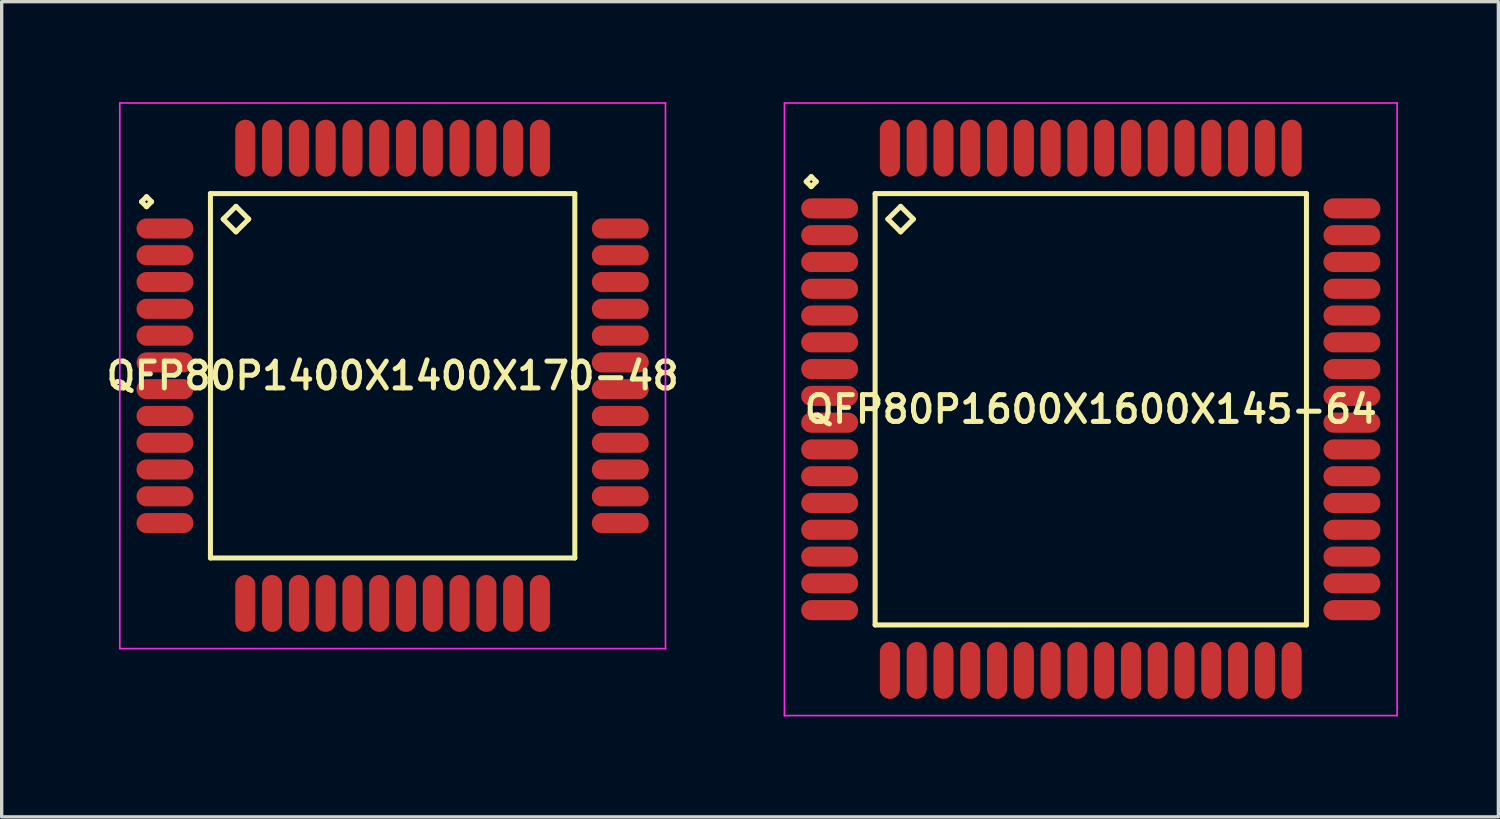
<source format=kicad_pcb>
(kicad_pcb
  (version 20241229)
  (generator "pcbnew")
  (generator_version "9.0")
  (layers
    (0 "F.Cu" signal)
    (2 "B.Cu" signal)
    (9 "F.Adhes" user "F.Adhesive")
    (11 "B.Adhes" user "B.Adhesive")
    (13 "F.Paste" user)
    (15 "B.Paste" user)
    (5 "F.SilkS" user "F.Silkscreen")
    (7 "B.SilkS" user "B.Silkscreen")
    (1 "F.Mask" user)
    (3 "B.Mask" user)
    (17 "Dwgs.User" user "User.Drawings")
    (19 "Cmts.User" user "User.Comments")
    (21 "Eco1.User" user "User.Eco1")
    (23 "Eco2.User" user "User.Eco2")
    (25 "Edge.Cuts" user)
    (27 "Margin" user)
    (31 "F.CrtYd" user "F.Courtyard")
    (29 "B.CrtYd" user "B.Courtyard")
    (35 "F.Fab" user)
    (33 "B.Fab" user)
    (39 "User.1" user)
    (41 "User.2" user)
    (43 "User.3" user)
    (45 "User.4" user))
  (footprint "QFP80P1400X1400X170-48"
    (layer "F.Cu")
    (at 8.678 8.175)
    (property "Reference" "QFP80P1400X1400X170-48" (at 0 0 0) (layer "F.SilkS") (effects (font (size 0.8 0.8) (thickness 0.15))))
    (attr smd)
    (fp_line (start -7.5 -5.2) (end -7.35 -5.35) (stroke (width 0.15) (type solid)) (layer "F.SilkS"))
    (fp_line (start -7.35 -5.35) (end -7.2 -5.2) (stroke (width 0.15) (type solid)) (layer "F.SilkS"))
    (fp_line (start -7.35 -5.05) (end -7.5 -5.2) (stroke (width 0.15) (type solid)) (layer "F.SilkS"))
    (fp_line (start -7.2 -5.2) (end -7.35 -5.05) (stroke (width 0.15) (type solid)) (layer "F.SilkS"))
    (fp_line (start -5.442 -5.442) (end -5.442 5.442) (stroke (width 0.15) (type solid)) (layer "F.SilkS"))
    (fp_line (start -5.442 5.442) (end 5.442 5.442) (stroke (width 0.15) (type solid)) (layer "F.SilkS"))
    (fp_line (start -5.061 -4.68) (end -4.68 -5.061) (stroke (width 0.15) (type solid)) (layer "F.SilkS"))
    (fp_line (start -4.68 -5.061) (end -4.299 -4.68) (stroke (width 0.15) (type solid)) (layer "F.SilkS"))
    (fp_line (start -4.68 -4.299) (end -5.061 -4.68) (stroke (width 0.15) (type solid)) (layer "F.SilkS"))
    (fp_line (start -4.299 -4.68) (end -4.68 -4.299) (stroke (width 0.15) (type solid)) (layer "F.SilkS"))
    (fp_line (start 5.442 -5.442) (end -5.442 -5.442) (stroke (width 0.15) (type solid)) (layer "F.SilkS"))
    (fp_line (start 5.442 5.442) (end 5.442 -5.442) (stroke (width 0.15) (type solid)) (layer "F.SilkS"))
    (fp_line (start -8.15 -8.15) (end 8.15 -8.15) (stroke (width 0.05) (type solid)) (layer "F.CrtYd"))
    (fp_line (start -8.15 8.15) (end -8.15 -8.15) (stroke (width 0.05) (type solid)) (layer "F.CrtYd"))
    (fp_line (start 8.15 -8.15) (end 8.15 8.15) (stroke (width 0.05) (type solid)) (layer "F.CrtYd"))
    (fp_line (start 8.15 8.15) (end -8.15 8.15) (stroke (width 0.05) (type solid)) (layer "F.CrtYd"))
    (pad "1" smd oval (at -6.8 -4.4) (size 1.7 0.6) (layers "F.Cu" "F.Mask" "F.Paste"))
    (pad "2" smd oval (at -6.8 -3.6) (size 1.7 0.6) (layers "F.Cu" "F.Mask" "F.Paste"))
    (pad "3" smd oval (at -6.8 -2.8) (size 1.7 0.6) (layers "F.Cu" "F.Mask" "F.Paste"))
    (pad "4" smd oval (at -6.8 -2) (size 1.7 0.6) (layers "F.Cu" "F.Mask" "F.Paste"))
    (pad "5" smd oval (at -6.8 -1.2) (size 1.7 0.6) (layers "F.Cu" "F.Mask" "F.Paste"))
    (pad "6" smd oval (at -6.8 -0.4) (size 1.7 0.6) (layers "F.Cu" "F.Mask" "F.Paste"))
    (pad "7" smd oval (at -6.8 0.4) (size 1.7 0.6) (layers "F.Cu" "F.Mask" "F.Paste"))
    (pad "8" smd oval (at -6.8 1.2) (size 1.7 0.6) (layers "F.Cu" "F.Mask" "F.Paste"))
    (pad "9" smd oval (at -6.8 2) (size 1.7 0.6) (layers "F.Cu" "F.Mask" "F.Paste"))
    (pad "10" smd oval (at -6.8 2.8) (size 1.7 0.6) (layers "F.Cu" "F.Mask" "F.Paste"))
    (pad "11" smd oval (at -6.8 3.6) (size 1.7 0.6) (layers "F.Cu" "F.Mask" "F.Paste"))
    (pad "12" smd oval (at -6.8 4.4) (size 1.7 0.6) (layers "F.Cu" "F.Mask" "F.Paste"))
    (pad "13" smd oval (at -4.4 6.8) (size 0.6 1.7) (layers "F.Cu" "F.Mask" "F.Paste"))
    (pad "14" smd oval (at -3.6 6.8) (size 0.6 1.7) (layers "F.Cu" "F.Mask" "F.Paste"))
    (pad "15" smd oval (at -2.8 6.8) (size 0.6 1.7) (layers "F.Cu" "F.Mask" "F.Paste"))
    (pad "16" smd oval (at -2 6.8) (size 0.6 1.7) (layers "F.Cu" "F.Mask" "F.Paste"))
    (pad "17" smd oval (at -1.2 6.8) (size 0.6 1.7) (layers "F.Cu" "F.Mask" "F.Paste"))
    (pad "18" smd oval (at -0.4 6.8) (size 0.6 1.7) (layers "F.Cu" "F.Mask" "F.Paste"))
    (pad "19" smd oval (at 0.4 6.8) (size 0.6 1.7) (layers "F.Cu" "F.Mask" "F.Paste"))
    (pad "20" smd oval (at 1.2 6.8) (size 0.6 1.7) (layers "F.Cu" "F.Mask" "F.Paste"))
    (pad "21" smd oval (at 2 6.8) (size 0.6 1.7) (layers "F.Cu" "F.Mask" "F.Paste"))
    (pad "22" smd oval (at 2.8 6.8) (size 0.6 1.7) (layers "F.Cu" "F.Mask" "F.Paste"))
    (pad "23" smd oval (at 3.6 6.8) (size 0.6 1.7) (layers "F.Cu" "F.Mask" "F.Paste"))
    (pad "24" smd oval (at 4.4 6.8) (size 0.6 1.7) (layers "F.Cu" "F.Mask" "F.Paste"))
    (pad "25" smd oval (at 6.8 4.4) (size 1.7 0.6) (layers "F.Cu" "F.Mask" "F.Paste"))
    (pad "26" smd oval (at 6.8 3.6) (size 1.7 0.6) (layers "F.Cu" "F.Mask" "F.Paste"))
    (pad "27" smd oval (at 6.8 2.8) (size 1.7 0.6) (layers "F.Cu" "F.Mask" "F.Paste"))
    (pad "28" smd oval (at 6.8 2) (size 1.7 0.6) (layers "F.Cu" "F.Mask" "F.Paste"))
    (pad "29" smd oval (at 6.8 1.2) (size 1.7 0.6) (layers "F.Cu" "F.Mask" "F.Paste"))
    (pad "30" smd oval (at 6.8 0.4) (size 1.7 0.6) (layers "F.Cu" "F.Mask" "F.Paste"))
    (pad "31" smd oval (at 6.8 -0.4) (size 1.7 0.6) (layers "F.Cu" "F.Mask" "F.Paste"))
    (pad "32" smd oval (at 6.8 -1.2) (size 1.7 0.6) (layers "F.Cu" "F.Mask" "F.Paste"))
    (pad "33" smd oval (at 6.8 -2) (size 1.7 0.6) (layers "F.Cu" "F.Mask" "F.Paste"))
    (pad "34" smd oval (at 6.8 -2.8) (size 1.7 0.6) (layers "F.Cu" "F.Mask" "F.Paste"))
    (pad "35" smd oval (at 6.8 -3.6) (size 1.7 0.6) (layers "F.Cu" "F.Mask" "F.Paste"))
    (pad "36" smd oval (at 6.8 -4.4) (size 1.7 0.6) (layers "F.Cu" "F.Mask" "F.Paste"))
    (pad "37" smd oval (at 4.4 -6.8) (size 0.6 1.7) (layers "F.Cu" "F.Mask" "F.Paste"))
    (pad "38" smd oval (at 3.6 -6.8) (size 0.6 1.7) (layers "F.Cu" "F.Mask" "F.Paste"))
    (pad "39" smd oval (at 2.8 -6.8) (size 0.6 1.7) (layers "F.Cu" "F.Mask" "F.Paste"))
    (pad "40" smd oval (at 2 -6.8) (size 0.6 1.7) (layers "F.Cu" "F.Mask" "F.Paste"))
    (pad "41" smd oval (at 1.2 -6.8) (size 0.6 1.7) (layers "F.Cu" "F.Mask" "F.Paste"))
    (pad "42" smd oval (at 0.4 -6.8) (size 0.6 1.7) (layers "F.Cu" "F.Mask" "F.Paste"))
    (pad "43" smd oval (at -0.4 -6.8) (size 0.6 1.7) (layers "F.Cu" "F.Mask" "F.Paste"))
    (pad "44" smd oval (at -1.2 -6.8) (size 0.6 1.7) (layers "F.Cu" "F.Mask" "F.Paste"))
    (pad "45" smd oval (at -2 -6.8) (size 0.6 1.7) (layers "F.Cu" "F.Mask" "F.Paste"))
    (pad "46" smd oval (at -2.8 -6.8) (size 0.6 1.7) (layers "F.Cu" "F.Mask" "F.Paste"))
    (pad "47" smd oval (at -3.6 -6.8) (size 0.6 1.7) (layers "F.Cu" "F.Mask" "F.Paste"))
    (pad "48" smd oval (at -4.4 -6.8) (size 0.6 1.7) (layers "F.Cu" "F.Mask" "F.Paste")))
  (footprint "QFP80P1600X1600X145-64"
    (layer "F.Cu")
    (at 29.532 9.175)
    (property "Reference" "QFP80P1600X1600X145-64" (at 0 0 0) (layer "F.SilkS") (effects (font (size 0.8 0.8) (thickness 0.15))))
    (attr smd)
    (fp_line (start -8.5 -6.8) (end -8.35 -6.95) (stroke (width 0.15) (type solid)) (layer "F.SilkS"))
    (fp_line (start -8.35 -6.95) (end -8.2 -6.8) (stroke (width 0.15) (type solid)) (layer "F.SilkS"))
    (fp_line (start -8.35 -6.65) (end -8.5 -6.8) (stroke (width 0.15) (type solid)) (layer "F.SilkS"))
    (fp_line (start -8.2 -6.8) (end -8.35 -6.65) (stroke (width 0.15) (type solid)) (layer "F.SilkS"))
    (fp_line (start -6.442 -6.442) (end -6.442 6.442) (stroke (width 0.15) (type solid)) (layer "F.SilkS"))
    (fp_line (start -6.442 6.442) (end 6.442 6.442) (stroke (width 0.15) (type solid)) (layer "F.SilkS"))
    (fp_line (start -6.061 -5.68) (end -5.68 -6.061) (stroke (width 0.15) (type solid)) (layer "F.SilkS"))
    (fp_line (start -5.68 -6.061) (end -5.299 -5.68) (stroke (width 0.15) (type solid)) (layer "F.SilkS"))
    (fp_line (start -5.68 -5.299) (end -6.061 -5.68) (stroke (width 0.15) (type solid)) (layer "F.SilkS"))
    (fp_line (start -5.299 -5.68) (end -5.68 -5.299) (stroke (width 0.15) (type solid)) (layer "F.SilkS"))
    (fp_line (start 6.442 -6.442) (end -6.442 -6.442) (stroke (width 0.15) (type solid)) (layer "F.SilkS"))
    (fp_line (start 6.442 6.442) (end 6.442 -6.442) (stroke (width 0.15) (type solid)) (layer "F.SilkS"))
    (fp_line (start -9.15 -9.15) (end 9.15 -9.15) (stroke (width 0.05) (type solid)) (layer "F.CrtYd"))
    (fp_line (start -9.15 9.15) (end -9.15 -9.15) (stroke (width 0.05) (type solid)) (layer "F.CrtYd"))
    (fp_line (start 9.15 -9.15) (end 9.15 9.15) (stroke (width 0.05) (type solid)) (layer "F.CrtYd"))
    (fp_line (start 9.15 9.15) (end -9.15 9.15) (stroke (width 0.05) (type solid)) (layer "F.CrtYd"))
    (pad "1" smd oval (at -7.8 -6) (size 1.7 0.6) (layers "F.Cu" "F.Mask" "F.Paste"))
    (pad "2" smd oval (at -7.8 -5.2) (size 1.7 0.6) (layers "F.Cu" "F.Mask" "F.Paste"))
    (pad "3" smd oval (at -7.8 -4.4) (size 1.7 0.6) (layers "F.Cu" "F.Mask" "F.Paste"))
    (pad "4" smd oval (at -7.8 -3.6) (size 1.7 0.6) (layers "F.Cu" "F.Mask" "F.Paste"))
    (pad "5" smd oval (at -7.8 -2.8) (size 1.7 0.6) (layers "F.Cu" "F.Mask" "F.Paste"))
    (pad "6" smd oval (at -7.8 -2) (size 1.7 0.6) (layers "F.Cu" "F.Mask" "F.Paste"))
    (pad "7" smd oval (at -7.8 -1.2) (size 1.7 0.6) (layers "F.Cu" "F.Mask" "F.Paste"))
    (pad "8" smd oval (at -7.8 -0.4) (size 1.7 0.6) (layers "F.Cu" "F.Mask" "F.Paste"))
    (pad "9" smd oval (at -7.8 0.4) (size 1.7 0.6) (layers "F.Cu" "F.Mask" "F.Paste"))
    (pad "10" smd oval (at -7.8 1.2) (size 1.7 0.6) (layers "F.Cu" "F.Mask" "F.Paste"))
    (pad "11" smd oval (at -7.8 2) (size 1.7 0.6) (layers "F.Cu" "F.Mask" "F.Paste"))
    (pad "12" smd oval (at -7.8 2.8) (size 1.7 0.6) (layers "F.Cu" "F.Mask" "F.Paste"))
    (pad "13" smd oval (at -7.8 3.6) (size 1.7 0.6) (layers "F.Cu" "F.Mask" "F.Paste"))
    (pad "14" smd oval (at -7.8 4.4) (size 1.7 0.6) (layers "F.Cu" "F.Mask" "F.Paste"))
    (pad "15" smd oval (at -7.8 5.2) (size 1.7 0.6) (layers "F.Cu" "F.Mask" "F.Paste"))
    (pad "16" smd oval (at -7.8 6) (size 1.7 0.6) (layers "F.Cu" "F.Mask" "F.Paste"))
    (pad "17" smd oval (at -6 7.8) (size 0.6 1.7) (layers "F.Cu" "F.Mask" "F.Paste"))
    (pad "18" smd oval (at -5.2 7.8) (size 0.6 1.7) (layers "F.Cu" "F.Mask" "F.Paste"))
    (pad "19" smd oval (at -4.4 7.8) (size 0.6 1.7) (layers "F.Cu" "F.Mask" "F.Paste"))
    (pad "20" smd oval (at -3.6 7.8) (size 0.6 1.7) (layers "F.Cu" "F.Mask" "F.Paste"))
    (pad "21" smd oval (at -2.8 7.8) (size 0.6 1.7) (layers "F.Cu" "F.Mask" "F.Paste"))
    (pad "22" smd oval (at -2 7.8) (size 0.6 1.7) (layers "F.Cu" "F.Mask" "F.Paste"))
    (pad "23" smd oval (at -1.2 7.8) (size 0.6 1.7) (layers "F.Cu" "F.Mask" "F.Paste"))
    (pad "24" smd oval (at -0.4 7.8) (size 0.6 1.7) (layers "F.Cu" "F.Mask" "F.Paste"))
    (pad "25" smd oval (at 0.4 7.8) (size 0.6 1.7) (layers "F.Cu" "F.Mask" "F.Paste"))
    (pad "26" smd oval (at 1.2 7.8) (size 0.6 1.7) (layers "F.Cu" "F.Mask" "F.Paste"))
    (pad "27" smd oval (at 2 7.8) (size 0.6 1.7) (layers "F.Cu" "F.Mask" "F.Paste"))
    (pad "28" smd oval (at 2.8 7.8) (size 0.6 1.7) (layers "F.Cu" "F.Mask" "F.Paste"))
    (pad "29" smd oval (at 3.6 7.8) (size 0.6 1.7) (layers "F.Cu" "F.Mask" "F.Paste"))
    (pad "30" smd oval (at 4.4 7.8) (size 0.6 1.7) (layers "F.Cu" "F.Mask" "F.Paste"))
    (pad "31" smd oval (at 5.2 7.8) (size 0.6 1.7) (layers "F.Cu" "F.Mask" "F.Paste"))
    (pad "32" smd oval (at 6 7.8) (size 0.6 1.7) (layers "F.Cu" "F.Mask" "F.Paste"))
    (pad "33" smd oval (at 7.8 6) (size 1.7 0.6) (layers "F.Cu" "F.Mask" "F.Paste"))
    (pad "34" smd oval (at 7.8 5.2) (size 1.7 0.6) (layers "F.Cu" "F.Mask" "F.Paste"))
    (pad "35" smd oval (at 7.8 4.4) (size 1.7 0.6) (layers "F.Cu" "F.Mask" "F.Paste"))
    (pad "36" smd oval (at 7.8 3.6) (size 1.7 0.6) (layers "F.Cu" "F.Mask" "F.Paste"))
    (pad "37" smd oval (at 7.8 2.8) (size 1.7 0.6) (layers "F.Cu" "F.Mask" "F.Paste"))
    (pad "38" smd oval (at 7.8 2) (size 1.7 0.6) (layers "F.Cu" "F.Mask" "F.Paste"))
    (pad "39" smd oval (at 7.8 1.2) (size 1.7 0.6) (layers "F.Cu" "F.Mask" "F.Paste"))
    (pad "40" smd oval (at 7.8 0.4) (size 1.7 0.6) (layers "F.Cu" "F.Mask" "F.Paste"))
    (pad "41" smd oval (at 7.8 -0.4) (size 1.7 0.6) (layers "F.Cu" "F.Mask" "F.Paste"))
    (pad "42" smd oval (at 7.8 -1.2) (size 1.7 0.6) (layers "F.Cu" "F.Mask" "F.Paste"))
    (pad "43" smd oval (at 7.8 -2) (size 1.7 0.6) (layers "F.Cu" "F.Mask" "F.Paste"))
    (pad "44" smd oval (at 7.8 -2.8) (size 1.7 0.6) (layers "F.Cu" "F.Mask" "F.Paste"))
    (pad "45" smd oval (at 7.8 -3.6) (size 1.7 0.6) (layers "F.Cu" "F.Mask" "F.Paste"))
    (pad "46" smd oval (at 7.8 -4.4) (size 1.7 0.6) (layers "F.Cu" "F.Mask" "F.Paste"))
    (pad "47" smd oval (at 7.8 -5.2) (size 1.7 0.6) (layers "F.Cu" "F.Mask" "F.Paste"))
    (pad "48" smd oval (at 7.8 -6) (size 1.7 0.6) (layers "F.Cu" "F.Mask" "F.Paste"))
    (pad "49" smd oval (at 6 -7.8) (size 0.6 1.7) (layers "F.Cu" "F.Mask" "F.Paste"))
    (pad "50" smd oval (at 5.2 -7.8) (size 0.6 1.7) (layers "F.Cu" "F.Mask" "F.Paste"))
    (pad "51" smd oval (at 4.4 -7.8) (size 0.6 1.7) (layers "F.Cu" "F.Mask" "F.Paste"))
    (pad "52" smd oval (at 3.6 -7.8) (size 0.6 1.7) (layers "F.Cu" "F.Mask" "F.Paste"))
    (pad "53" smd oval (at 2.8 -7.8) (size 0.6 1.7) (layers "F.Cu" "F.Mask" "F.Paste"))
    (pad "54" smd oval (at 2 -7.8) (size 0.6 1.7) (layers "F.Cu" "F.Mask" "F.Paste"))
    (pad "55" smd oval (at 1.2 -7.8) (size 0.6 1.7) (layers "F.Cu" "F.Mask" "F.Paste"))
    (pad "56" smd oval (at 0.4 -7.8) (size 0.6 1.7) (layers "F.Cu" "F.Mask" "F.Paste"))
    (pad "57" smd oval (at -0.4 -7.8) (size 0.6 1.7) (layers "F.Cu" "F.Mask" "F.Paste"))
    (pad "58" smd oval (at -1.2 -7.8) (size 0.6 1.7) (layers "F.Cu" "F.Mask" "F.Paste"))
    (pad "59" smd oval (at -2 -7.8) (size 0.6 1.7) (layers "F.Cu" "F.Mask" "F.Paste"))
    (pad "60" smd oval (at -2.8 -7.8) (size 0.6 1.7) (layers "F.Cu" "F.Mask" "F.Paste"))
    (pad "61" smd oval (at -3.6 -7.8) (size 0.6 1.7) (layers "F.Cu" "F.Mask" "F.Paste"))
    (pad "62" smd oval (at -4.4 -7.8) (size 0.6 1.7) (layers "F.Cu" "F.Mask" "F.Paste"))
    (pad "63" smd oval (at -5.2 -7.8) (size 0.6 1.7) (layers "F.Cu" "F.Mask" "F.Paste"))
    (pad "64" smd oval (at -6 -7.8) (size 0.6 1.7) (layers "F.Cu" "F.Mask" "F.Paste")))
  (gr_rect
    (start -3 -3)
    (end 41.707 21.35)
    (stroke (width 0.1) (type default))
    (fill no)
    (layer "Edge.Cuts")))
</source>
